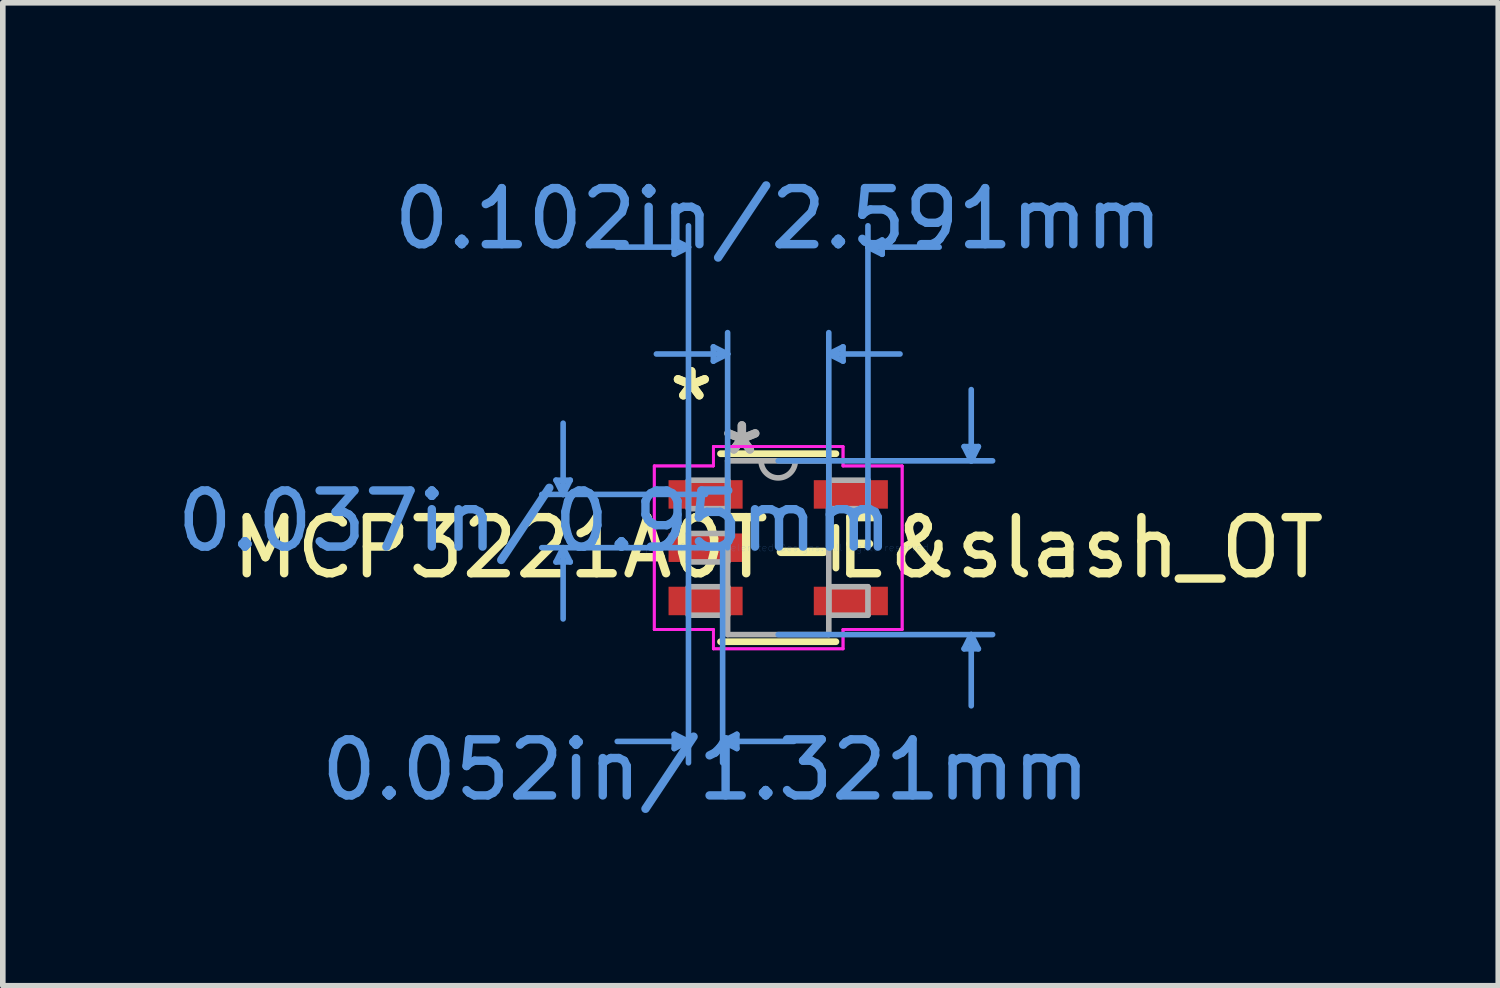
<source format=kicad_pcb>
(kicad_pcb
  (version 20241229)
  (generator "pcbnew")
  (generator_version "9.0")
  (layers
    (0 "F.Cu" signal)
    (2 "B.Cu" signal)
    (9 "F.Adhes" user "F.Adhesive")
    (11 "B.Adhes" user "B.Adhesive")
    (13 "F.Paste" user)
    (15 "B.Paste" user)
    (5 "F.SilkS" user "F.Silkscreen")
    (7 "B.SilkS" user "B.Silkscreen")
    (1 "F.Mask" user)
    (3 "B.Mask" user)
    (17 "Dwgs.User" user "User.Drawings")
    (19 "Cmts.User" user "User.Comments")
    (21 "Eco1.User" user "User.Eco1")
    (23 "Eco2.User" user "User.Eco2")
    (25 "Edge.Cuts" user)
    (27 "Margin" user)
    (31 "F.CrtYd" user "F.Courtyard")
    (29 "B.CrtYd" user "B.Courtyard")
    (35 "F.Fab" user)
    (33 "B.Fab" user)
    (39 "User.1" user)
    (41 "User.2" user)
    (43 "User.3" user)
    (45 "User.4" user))
  (footprint "MCP3221A0T-E&slash_OT"
    (layer "F.Cu")
    (at 10.826 6.716)
    (property "Reference" "MCP3221A0T-E&slash_OT" (at 0 0 0) (layer "F.SilkS") (effects (font (size 1 1) (thickness 0.15))))
    (attr through_hole)
    (fp_line (start -1.029 1.676) (end 1.029 1.676) (stroke (width 0.12) (type solid)) (layer "F.SilkS"))
    (fp_line (start 1.029 -1.676) (end -1.029 -1.676) (stroke (width 0.12) (type solid)) (layer "F.SilkS"))
    (fp_line (start 1.029 0.363) (end 1.029 -0.363) (stroke (width 0.12) (type solid)) (layer "F.SilkS"))
    (fp_line (start -3.962 -1.204) (end -3.708 -1.204) (stroke (width 0.1) (type solid)) (layer "Cmts.User"))
    (fp_line (start -3.962 0.254) (end -3.708 0.254) (stroke (width 0.1) (type solid)) (layer "Cmts.User"))
    (fp_line (start -3.835 -0.95) (end -3.962 -1.204) (stroke (width 0.1) (type solid)) (layer "Cmts.User"))
    (fp_line (start -3.835 -0.95) (end -3.835 -2.22) (stroke (width 0.1) (type solid)) (layer "Cmts.User"))
    (fp_line (start -3.835 -0.95) (end -3.708 -1.204) (stroke (width 0.1) (type solid)) (layer "Cmts.User"))
    (fp_line (start -3.835 0) (end -3.962 0.254) (stroke (width 0.1) (type solid)) (layer "Cmts.User"))
    (fp_line (start -3.835 0) (end -3.835 1.27) (stroke (width 0.1) (type solid)) (layer "Cmts.User"))
    (fp_line (start -3.835 0) (end -3.708 0.254) (stroke (width 0.1) (type solid)) (layer "Cmts.User"))
    (fp_line (start -1.854 -5.486) (end -1.854 -5.232) (stroke (width 0.1) (type solid)) (layer "Cmts.User"))
    (fp_line (start -1.854 3.327) (end -1.854 3.581) (stroke (width 0.1) (type solid)) (layer "Cmts.User"))
    (fp_line (start -1.6 -5.359) (end -2.87 -5.359) (stroke (width 0.1) (type solid)) (layer "Cmts.User"))
    (fp_line (start -1.6 -5.359) (end -1.854 -5.486) (stroke (width 0.1) (type solid)) (layer "Cmts.User"))
    (fp_line (start -1.6 -5.359) (end -1.854 -5.232) (stroke (width 0.1) (type solid)) (layer "Cmts.User"))
    (fp_line (start -1.6 0) (end -1.6 -5.74) (stroke (width 0.1) (type solid)) (layer "Cmts.User"))
    (fp_line (start -1.6 0) (end -1.6 3.835) (stroke (width 0.1) (type solid)) (layer "Cmts.User"))
    (fp_line (start -1.6 3.454) (end -2.87 3.454) (stroke (width 0.1) (type solid)) (layer "Cmts.User"))
    (fp_line (start -1.6 3.454) (end -1.854 3.327) (stroke (width 0.1) (type solid)) (layer "Cmts.User"))
    (fp_line (start -1.6 3.454) (end -1.854 3.581) (stroke (width 0.1) (type solid)) (layer "Cmts.User"))
    (fp_line (start -1.295 -0.95) (end -4.216 -0.95) (stroke (width 0.1) (type solid)) (layer "Cmts.User"))
    (fp_line (start -1.295 0) (end -4.216 0) (stroke (width 0.1) (type solid)) (layer "Cmts.User"))
    (fp_line (start -1.156 -3.581) (end -1.156 -3.327) (stroke (width 0.1) (type solid)) (layer "Cmts.User"))
    (fp_line (start -0.991 0) (end -0.991 3.835) (stroke (width 0.1) (type solid)) (layer "Cmts.User"))
    (fp_line (start -0.991 3.454) (end -0.737 3.327) (stroke (width 0.1) (type solid)) (layer "Cmts.User"))
    (fp_line (start -0.991 3.454) (end -0.737 3.581) (stroke (width 0.1) (type solid)) (layer "Cmts.User"))
    (fp_line (start -0.991 3.454) (end 0.279 3.454) (stroke (width 0.1) (type solid)) (layer "Cmts.User"))
    (fp_line (start -0.902 -3.454) (end -2.172 -3.454) (stroke (width 0.1) (type solid)) (layer "Cmts.User"))
    (fp_line (start -0.902 -3.454) (end -1.156 -3.581) (stroke (width 0.1) (type solid)) (layer "Cmts.User"))
    (fp_line (start -0.902 -3.454) (end -1.156 -3.327) (stroke (width 0.1) (type solid)) (layer "Cmts.User"))
    (fp_line (start -0.902 0) (end -0.902 -3.835) (stroke (width 0.1) (type solid)) (layer "Cmts.User"))
    (fp_line (start -0.737 3.327) (end -0.737 3.581) (stroke (width 0.1) (type solid)) (layer "Cmts.User"))
    (fp_line (start 0 -1.549) (end 3.823 -1.549) (stroke (width 0.1) (type solid)) (layer "Cmts.User"))
    (fp_line (start 0 1.549) (end 3.823 1.549) (stroke (width 0.1) (type solid)) (layer "Cmts.User"))
    (fp_line (start 0.902 -3.454) (end 1.156 -3.581) (stroke (width 0.1) (type solid)) (layer "Cmts.User"))
    (fp_line (start 0.902 -3.454) (end 1.156 -3.327) (stroke (width 0.1) (type solid)) (layer "Cmts.User"))
    (fp_line (start 0.902 -3.454) (end 2.172 -3.454) (stroke (width 0.1) (type solid)) (layer "Cmts.User"))
    (fp_line (start 0.902 0) (end 0.902 -3.835) (stroke (width 0.1) (type solid)) (layer "Cmts.User"))
    (fp_line (start 1.156 -3.581) (end 1.156 -3.327) (stroke (width 0.1) (type solid)) (layer "Cmts.User"))
    (fp_line (start 1.6 -5.359) (end 1.854 -5.486) (stroke (width 0.1) (type solid)) (layer "Cmts.User"))
    (fp_line (start 1.6 -5.359) (end 1.854 -5.232) (stroke (width 0.1) (type solid)) (layer "Cmts.User"))
    (fp_line (start 1.6 -5.359) (end 2.87 -5.359) (stroke (width 0.1) (type solid)) (layer "Cmts.User"))
    (fp_line (start 1.6 0) (end 1.6 -5.74) (stroke (width 0.1) (type solid)) (layer "Cmts.User"))
    (fp_line (start 1.854 -5.486) (end 1.854 -5.232) (stroke (width 0.1) (type solid)) (layer "Cmts.User"))
    (fp_line (start 3.315 -1.803) (end 3.569 -1.803) (stroke (width 0.1) (type solid)) (layer "Cmts.User"))
    (fp_line (start 3.315 1.803) (end 3.569 1.803) (stroke (width 0.1) (type solid)) (layer "Cmts.User"))
    (fp_line (start 3.442 -1.549) (end 3.315 -1.803) (stroke (width 0.1) (type solid)) (layer "Cmts.User"))
    (fp_line (start 3.442 -1.549) (end 3.442 -2.819) (stroke (width 0.1) (type solid)) (layer "Cmts.User"))
    (fp_line (start 3.442 -1.549) (end 3.569 -1.803) (stroke (width 0.1) (type solid)) (layer "Cmts.User"))
    (fp_line (start 3.442 1.549) (end 3.315 1.803) (stroke (width 0.1) (type solid)) (layer "Cmts.User"))
    (fp_line (start 3.442 1.549) (end 3.442 2.819) (stroke (width 0.1) (type solid)) (layer "Cmts.User"))
    (fp_line (start 3.442 1.549) (end 3.569 1.803) (stroke (width 0.1) (type solid)) (layer "Cmts.User"))
    (fp_line (start -2.21 -1.458) (end -1.156 -1.458) (stroke (width 0.05) (type solid)) (layer "F.CrtYd"))
    (fp_line (start -2.21 -1.458) (end -1.156 -1.458) (stroke (width 0.05) (type solid)) (layer "F.CrtYd"))
    (fp_line (start -2.21 1.458) (end -2.21 -1.458) (stroke (width 0.05) (type solid)) (layer "F.CrtYd"))
    (fp_line (start -2.21 1.458) (end -2.21 -1.458) (stroke (width 0.05) (type solid)) (layer "F.CrtYd"))
    (fp_line (start -1.156 -1.803) (end 1.156 -1.803) (stroke (width 0.05) (type solid)) (layer "F.CrtYd"))
    (fp_line (start -1.156 -1.803) (end 1.156 -1.803) (stroke (width 0.05) (type solid)) (layer "F.CrtYd"))
    (fp_line (start -1.156 -1.458) (end -1.156 -1.803) (stroke (width 0.05) (type solid)) (layer "F.CrtYd"))
    (fp_line (start -1.156 -1.458) (end -1.156 -1.803) (stroke (width 0.05) (type solid)) (layer "F.CrtYd"))
    (fp_line (start -1.156 1.458) (end -2.21 1.458) (stroke (width 0.05) (type solid)) (layer "F.CrtYd"))
    (fp_line (start -1.156 1.458) (end -2.21 1.458) (stroke (width 0.05) (type solid)) (layer "F.CrtYd"))
    (fp_line (start -1.156 1.803) (end -1.156 1.458) (stroke (width 0.05) (type solid)) (layer "F.CrtYd"))
    (fp_line (start -1.156 1.803) (end -1.156 1.458) (stroke (width 0.05) (type solid)) (layer "F.CrtYd"))
    (fp_line (start 1.156 -1.803) (end 1.156 -1.458) (stroke (width 0.05) (type solid)) (layer "F.CrtYd"))
    (fp_line (start 1.156 -1.803) (end 1.156 -1.458) (stroke (width 0.05) (type solid)) (layer "F.CrtYd"))
    (fp_line (start 1.156 -1.458) (end 2.21 -1.458) (stroke (width 0.05) (type solid)) (layer "F.CrtYd"))
    (fp_line (start 1.156 -1.458) (end 2.21 -1.458) (stroke (width 0.05) (type solid)) (layer "F.CrtYd"))
    (fp_line (start 1.156 1.458) (end 1.156 1.803) (stroke (width 0.05) (type solid)) (layer "F.CrtYd"))
    (fp_line (start 1.156 1.458) (end 1.156 1.803) (stroke (width 0.05) (type solid)) (layer "F.CrtYd"))
    (fp_line (start 1.156 1.803) (end -1.156 1.803) (stroke (width 0.05) (type solid)) (layer "F.CrtYd"))
    (fp_line (start 1.156 1.803) (end -1.156 1.803) (stroke (width 0.05) (type solid)) (layer "F.CrtYd"))
    (fp_line (start 2.21 -1.458) (end 2.21 1.458) (stroke (width 0.05) (type solid)) (layer "F.CrtYd"))
    (fp_line (start 2.21 -1.458) (end 2.21 1.458) (stroke (width 0.05) (type solid)) (layer "F.CrtYd"))
    (fp_line (start 2.21 1.458) (end 1.156 1.458) (stroke (width 0.05) (type solid)) (layer "F.CrtYd"))
    (fp_line (start 2.21 1.458) (end 1.156 1.458) (stroke (width 0.05) (type solid)) (layer "F.CrtYd"))
    (fp_line (start -1.6 -1.204) (end -1.6 -0.696) (stroke (width 0.1) (type solid)) (layer "F.Fab"))
    (fp_line (start -1.6 -0.696) (end -0.902 -0.696) (stroke (width 0.1) (type solid)) (layer "F.Fab"))
    (fp_line (start -1.6 -0.254) (end -1.6 0.254) (stroke (width 0.1) (type solid)) (layer "F.Fab"))
    (fp_line (start -1.6 0.254) (end -0.902 0.254) (stroke (width 0.1) (type solid)) (layer "F.Fab"))
    (fp_line (start -1.6 0.696) (end -1.6 1.204) (stroke (width 0.1) (type solid)) (layer "F.Fab"))
    (fp_line (start -1.6 1.204) (end -0.902 1.204) (stroke (width 0.1) (type solid)) (layer "F.Fab"))
    (fp_line (start -0.902 -1.549) (end -0.902 1.549) (stroke (width 0.1) (type solid)) (layer "F.Fab"))
    (fp_line (start -0.902 -1.204) (end -1.6 -1.204) (stroke (width 0.1) (type solid)) (layer "F.Fab"))
    (fp_line (start -0.902 -0.696) (end -0.902 -1.204) (stroke (width 0.1) (type solid)) (layer "F.Fab"))
    (fp_line (start -0.902 -0.254) (end -1.6 -0.254) (stroke (width 0.1) (type solid)) (layer "F.Fab"))
    (fp_line (start -0.902 0.254) (end -0.902 -0.254) (stroke (width 0.1) (type solid)) (layer "F.Fab"))
    (fp_line (start -0.902 0.696) (end -1.6 0.696) (stroke (width 0.1) (type solid)) (layer "F.Fab"))
    (fp_line (start -0.902 1.204) (end -0.902 0.696) (stroke (width 0.1) (type solid)) (layer "F.Fab"))
    (fp_line (start -0.902 1.549) (end 0.902 1.549) (stroke (width 0.1) (type solid)) (layer "F.Fab"))
    (fp_line (start 0.902 -1.549) (end -0.902 -1.549) (stroke (width 0.1) (type solid)) (layer "F.Fab"))
    (fp_line (start 0.902 -1.204) (end 0.902 -0.696) (stroke (width 0.1) (type solid)) (layer "F.Fab"))
    (fp_line (start 0.902 -0.696) (end 1.6 -0.696) (stroke (width 0.1) (type solid)) (layer "F.Fab"))
    (fp_line (start 0.902 0.696) (end 0.902 1.204) (stroke (width 0.1) (type solid)) (layer "F.Fab"))
    (fp_line (start 0.902 1.204) (end 1.6 1.204) (stroke (width 0.1) (type solid)) (layer "F.Fab"))
    (fp_line (start 0.902 1.549) (end 0.902 -1.549) (stroke (width 0.1) (type solid)) (layer "F.Fab"))
    (fp_line (start 1.6 -1.204) (end 0.902 -1.204) (stroke (width 0.1) (type solid)) (layer "F.Fab"))
    (fp_line (start 1.6 -0.696) (end 1.6 -1.204) (stroke (width 0.1) (type solid)) (layer "F.Fab"))
    (fp_line (start 1.6 0.696) (end 0.902 0.696) (stroke (width 0.1) (type solid)) (layer "F.Fab"))
    (fp_line (start 1.6 1.204) (end 1.6 0.696) (stroke (width 0.1) (type solid)) (layer "F.Fab"))
    (fp_arc (start 0.3048 -1.5494) (mid 0 -1.2446) (end -0.3048 -1.5494) (stroke (width 0.1) (type solid)) (layer "F.Fab"))
    (fp_text user "*" (at -1.549 -2.601 0) (layer "F.SilkS") (effects (font (size 1 1) (thickness 0.15))))
    (fp_text user "*" (at -1.549 -2.601 0) (layer "F.SilkS") (effects (font (size 1 1) (thickness 0.15))))
    (fp_text user "Copyright 2021 Accelerated Designs. All rights reserved." (at 0 0 0) (layer "Cmts.User") (effects (font (size 0.127 0.127) (thickness 0.002))))
    (fp_text user "0.102in/2.591mm" (at 0 -5.867 0) (layer "Cmts.User") (effects (font (size 1 1) (thickness 0.15))))
    (fp_text user "0.052in/1.321mm" (at -1.295 3.962 0) (layer "Cmts.User") (effects (font (size 1 1) (thickness 0.15))))
    (fp_text user "0.037in/0.95mm" (at -4.343 -0.475 0) (layer "Cmts.User") (effects (font (size 1 1) (thickness 0.15))))
    (fp_text user "*" (at -0.648 -1.636 0) (layer "F.Fab") (effects (font (size 1 1) (thickness 0.15))))
    (fp_text user "*" (at -0.648 -1.636 0) (layer "F.Fab") (effects (font (size 1 1) (thickness 0.15))))
    (pad "1" smd rect (at -1.295 -0.95) (size 1.321 0.508) (layers "F.Cu" "F.Mask" "F.Paste"))
    (pad "2" smd rect (at -1.295 0) (size 1.321 0.508) (layers "F.Cu" "F.Mask" "F.Paste"))
    (pad "3" smd rect (at -1.295 0.95) (size 1.321 0.508) (layers "F.Cu" "F.Mask" "F.Paste"))
    (pad "4" smd rect (at 1.295 0.95) (size 1.321 0.508) (layers "F.Cu" "F.Mask" "F.Paste"))
    (pad "5" smd rect (at 1.295 -0.95) (size 1.321 0.508) (layers "F.Cu" "F.Mask" "F.Paste")))
  (gr_rect
    (start -3 -3)
    (end 23.665 14.526)
    (stroke (width 0.1) (type default))
    (fill no)
    (layer "Edge.Cuts")))
</source>
